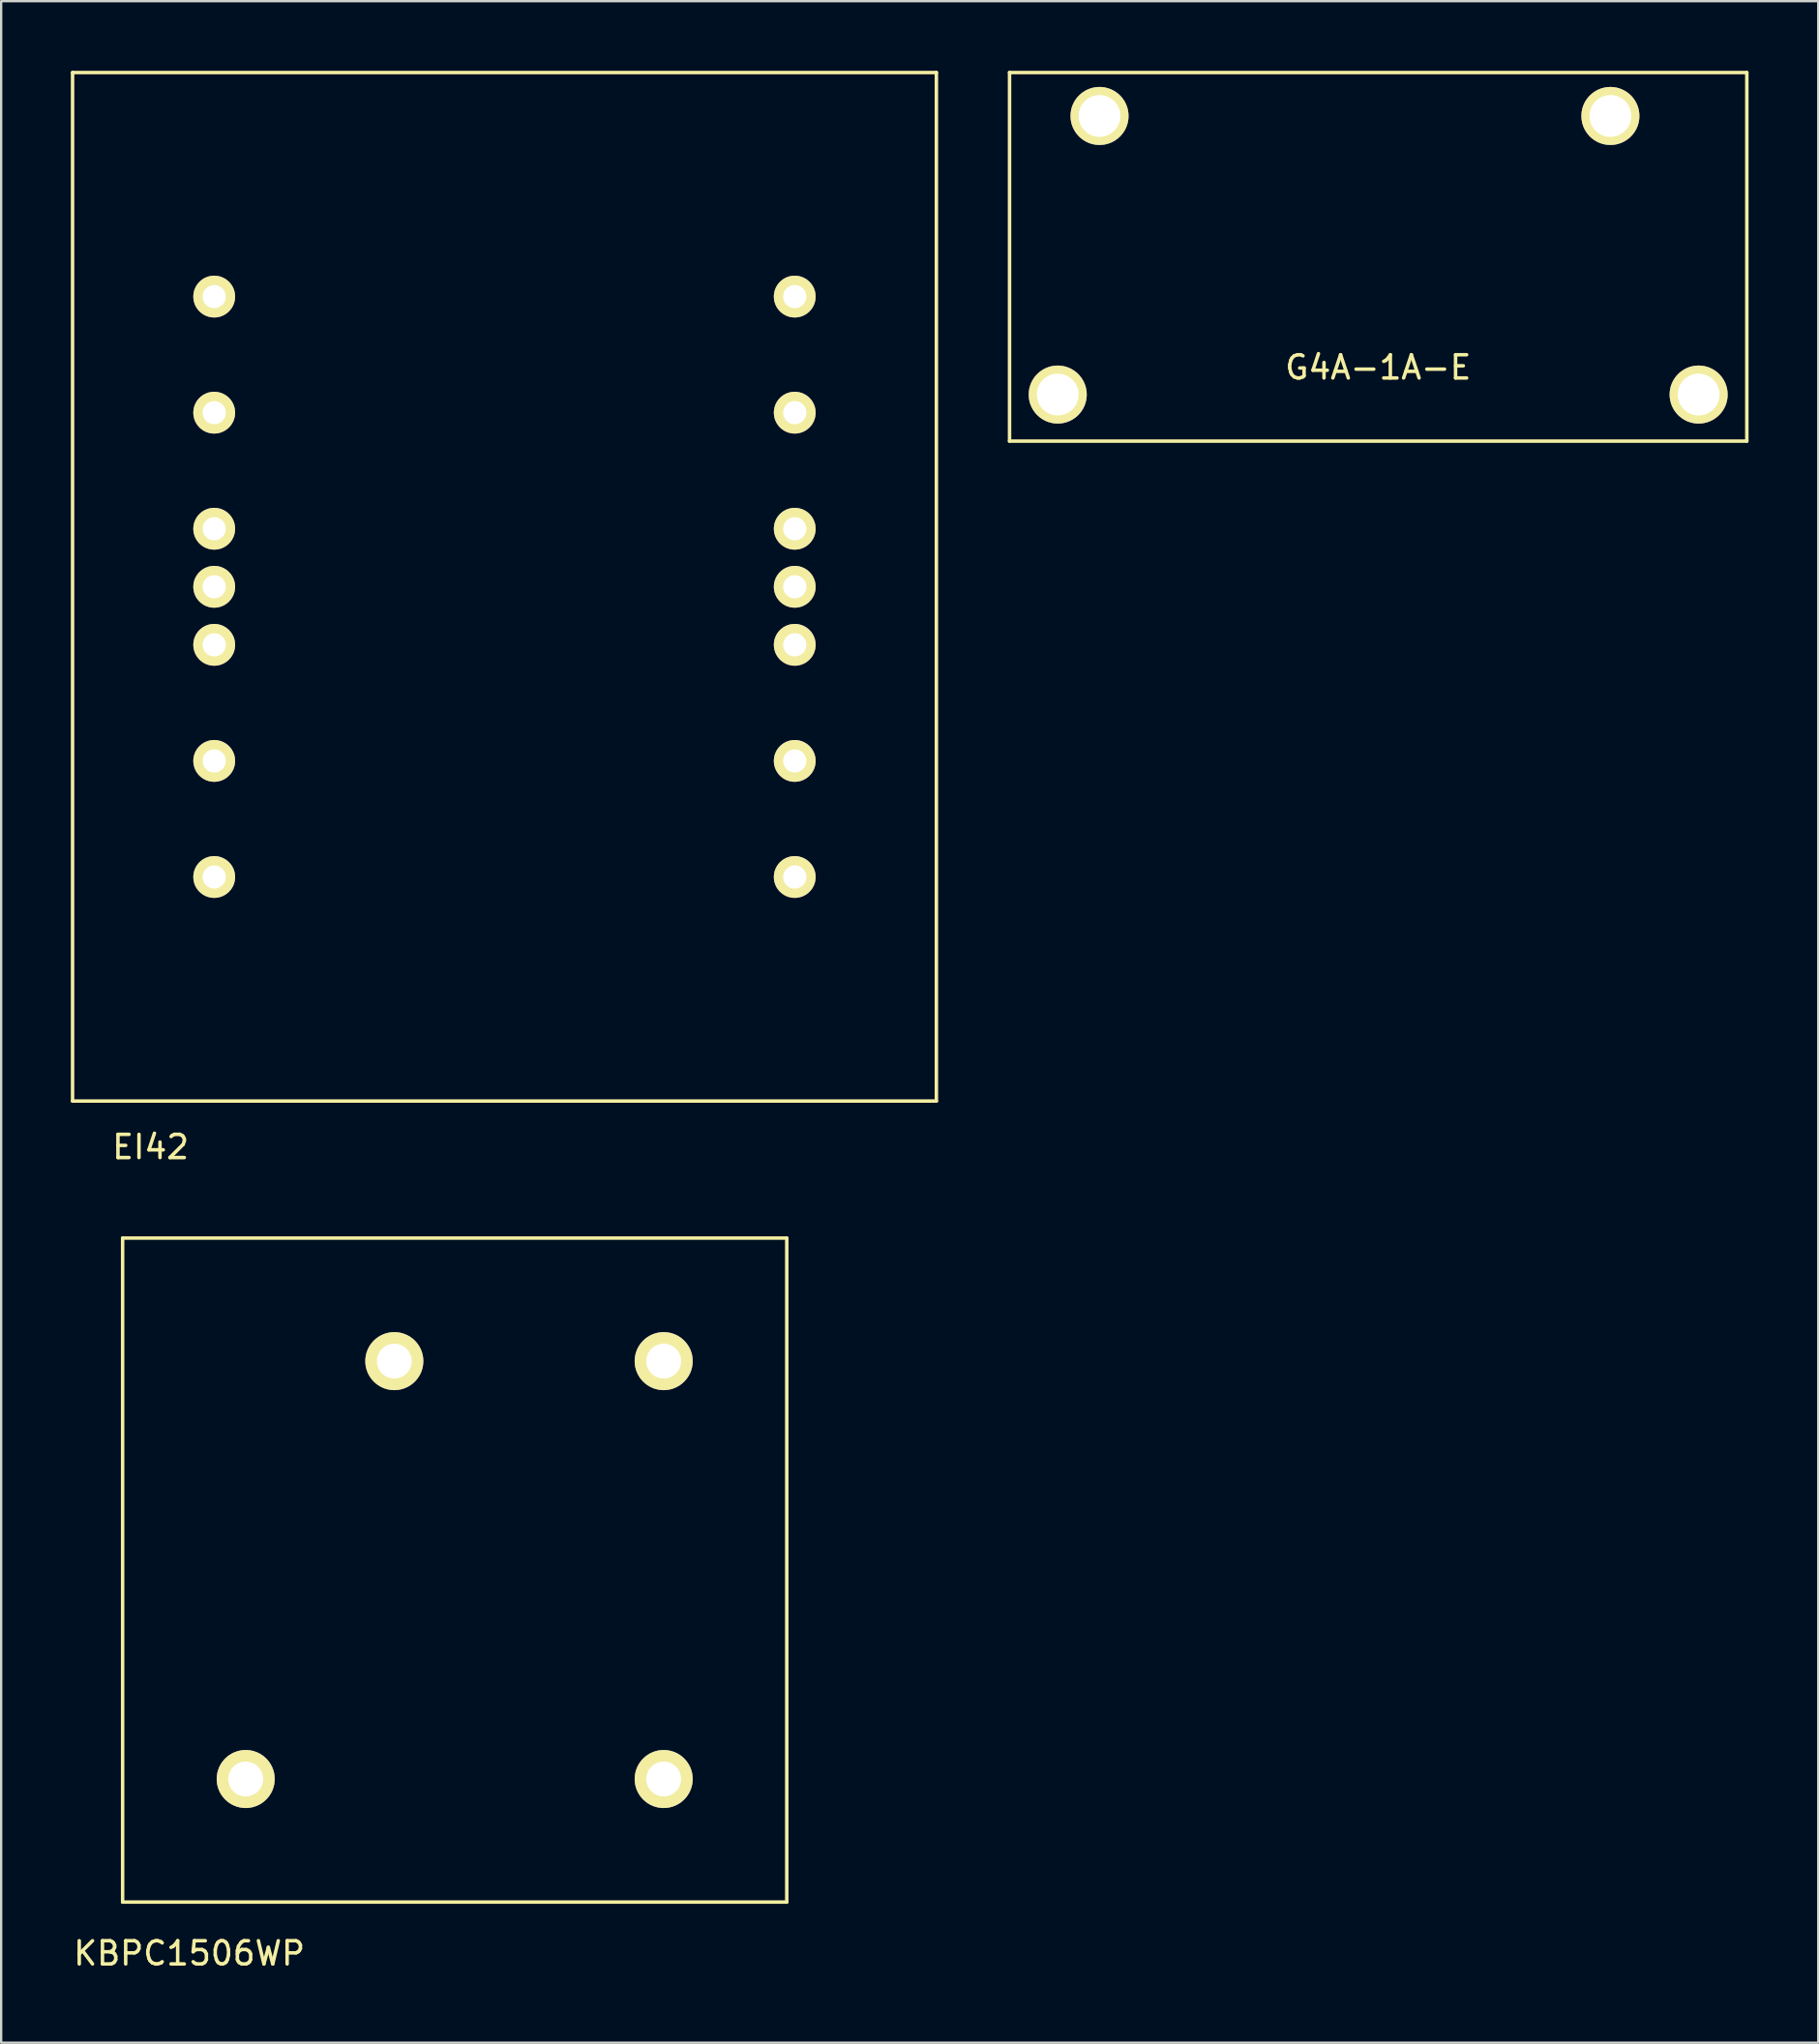
<source format=kicad_pcb>
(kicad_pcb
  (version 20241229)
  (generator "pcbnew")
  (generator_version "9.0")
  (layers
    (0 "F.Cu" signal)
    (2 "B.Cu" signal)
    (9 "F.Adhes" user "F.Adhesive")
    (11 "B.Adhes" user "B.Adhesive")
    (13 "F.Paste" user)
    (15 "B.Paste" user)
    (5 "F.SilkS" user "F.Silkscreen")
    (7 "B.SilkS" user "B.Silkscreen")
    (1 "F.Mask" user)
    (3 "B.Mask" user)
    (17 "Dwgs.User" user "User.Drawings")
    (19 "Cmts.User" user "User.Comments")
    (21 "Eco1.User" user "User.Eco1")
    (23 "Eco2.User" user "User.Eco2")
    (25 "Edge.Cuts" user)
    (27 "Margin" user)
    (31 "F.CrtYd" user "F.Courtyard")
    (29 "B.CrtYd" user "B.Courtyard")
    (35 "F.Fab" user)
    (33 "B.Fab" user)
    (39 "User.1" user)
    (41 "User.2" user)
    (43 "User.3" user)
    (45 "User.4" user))
  (footprint "KBPC1506WP"
    (layer "F.Cu")
    (at 16.531 64.578)
    (property "Reference" "KBPC1506WP" (at -11.43 16.51 0) (layer "F.SilkS") (effects (font (size 1 1) (thickness 0.15))))
    (attr through_hole)
    (fp_line (start -14.3 -14.3) (end 14.3 -14.3) (stroke (width 0.15) (type solid)) (layer "F.SilkS"))
    (fp_line (start -14.3 14.3) (end -14.3 -14.3) (stroke (width 0.15) (type solid)) (layer "F.SilkS"))
    (fp_line (start 14.3 -14.3) (end 14.3 14.3) (stroke (width 0.15) (type solid)) (layer "F.SilkS"))
    (fp_line (start 14.3 14.3) (end -14.3 14.3) (stroke (width 0.15) (type solid)) (layer "F.SilkS"))
    (pad "1" thru_hole circle (at 9 -9) (size 2.5 2.5) (drill 1.5) (layers "*.Cu" "*.Mask" "F.SilkS"))
    (pad "2" thru_hole circle (at -2.6 -9) (size 2.5 2.5) (drill 1.5) (layers "*.Cu" "*.Mask" "F.SilkS"))
    (pad "3" thru_hole circle (at -9 9) (size 2.5 2.5) (drill 1.5) (layers "*.Cu" "*.Mask" "F.SilkS"))
    (pad "4" thru_hole circle (at 9 9) (size 2.5 2.5) (drill 1.5) (layers "*.Cu" "*.Mask" "F.SilkS")))
  (footprint "EI42"
    (layer "F.Cu")
    (at 18.675 22.225)
    (property "Reference" "EI42" (at -15.24 24.13 0) (layer "F.SilkS") (effects (font (size 1 1) (thickness 0.15))))
    (attr through_hole)
    (fp_line (start -18.6 -22.15) (end -18.6 22.15) (stroke (width 0.15) (type solid)) (layer "F.SilkS"))
    (fp_line (start -18.6 22.15) (end 18.6 22.15) (stroke (width 0.15) (type solid)) (layer "F.SilkS"))
    (fp_line (start 18.6 -22.15) (end -18.6 -22.15) (stroke (width 0.15) (type solid)) (layer "F.SilkS"))
    (fp_line (start 18.6 -22.15) (end 18.6 22.15) (stroke (width 0.15) (type solid)) (layer "F.SilkS"))
    (pad "1" thru_hole circle (at -12.5 12.5) (size 1.8 1.8) (drill 1) (layers "*.Cu" "*.Mask" "F.SilkS"))
    (pad "2" thru_hole circle (at -12.5 7.5) (size 1.8 1.8) (drill 1) (layers "*.Cu" "*.Mask" "F.SilkS"))
    (pad "3" thru_hole circle (at -12.5 0) (size 1.8 1.8) (drill 1) (layers "*.Cu" "*.Mask" "F.SilkS"))
    (pad "4" thru_hole circle (at -12.5 -7.5) (size 1.8 1.8) (drill 1) (layers "*.Cu" "*.Mask" "F.SilkS"))
    (pad "5" thru_hole circle (at -12.5 -12.5) (size 1.8 1.8) (drill 1) (layers "*.Cu" "*.Mask" "F.SilkS"))
    (pad "6" thru_hole circle (at 12.5 -12.5) (size 1.8 1.8) (drill 1) (layers "*.Cu" "*.Mask" "F.SilkS"))
    (pad "7" thru_hole circle (at 12.5 -7.5) (size 1.8 1.8) (drill 1) (layers "*.Cu" "*.Mask" "F.SilkS"))
    (pad "8" thru_hole circle (at 12.5 0) (size 1.8 1.8) (drill 1) (layers "*.Cu" "*.Mask" "F.SilkS"))
    (pad "9" thru_hole circle (at 12.5 7.5) (size 1.8 1.8) (drill 1) (layers "*.Cu" "*.Mask" "F.SilkS"))
    (pad "10" thru_hole circle (at 12.5 12.5) (size 1.8 1.8) (drill 1) (layers "*.Cu" "*.Mask" "F.SilkS"))
    (pad "A" thru_hole circle (at -12.5 2.5) (size 1.8 1.8) (drill 1) (layers "*.Cu" "*.Mask" "F.SilkS"))
    (pad "B" thru_hole circle (at -12.5 -2.5) (size 1.8 1.8) (drill 1) (layers "*.Cu" "*.Mask" "F.SilkS"))
    (pad "C" thru_hole circle (at 12.5 -2.5) (size 1.8 1.8) (drill 1) (layers "*.Cu" "*.Mask" "F.SilkS"))
    (pad "D" thru_hole circle (at 12.5 2.5) (size 1.8 1.8) (drill 1) (layers "*.Cu" "*.Mask" "F.SilkS")))
  (footprint "G4A-1A-E"
    (layer "F.Cu")
    (at 56.3 7.695)
    (property "Reference" "G4A-1A-E" (at 0 5.08 0) (layer "F.SilkS") (effects (font (size 1 1) (thickness 0.15))))
    (attr through_hole)
    (fp_line (start -15.875 -7.62) (end -15.875 8.255) (stroke (width 0.15) (type solid)) (layer "F.SilkS"))
    (fp_line (start -15.875 8.255) (end 15.875 8.255) (stroke (width 0.15) (type solid)) (layer "F.SilkS"))
    (fp_line (start 15.875 -7.62) (end -15.875 -7.62) (stroke (width 0.15) (type solid)) (layer "F.SilkS"))
    (fp_line (start 15.875 8.255) (end 15.875 -7.62) (stroke (width 0.15) (type solid)) (layer "F.SilkS"))
    (pad "1" thru_hole circle (at -12 -5.75) (size 2.5 2.5) (drill 1.8) (layers "*.Cu" "*.Mask" "F.SilkS"))
    (pad "2" thru_hole circle (at 10 -5.75) (size 2.5 2.5) (drill 1.8) (layers "*.Cu" "*.Mask" "F.SilkS"))
    (pad "3" thru_hole circle (at 13.8 6.25) (size 2.5 2.5) (drill 1.8) (layers "*.Cu" "*.Mask" "F.SilkS"))
    (pad "4" thru_hole circle (at -13.8 6.25) (size 2.5 2.5) (drill 1.8) (layers "*.Cu" "*.Mask" "F.SilkS")))
  (gr_rect
    (start -3 -3)
    (end 75.25 84.936)
    (stroke (width 0.1) (type default))
    (fill no)
    (layer "Edge.Cuts")))
</source>
